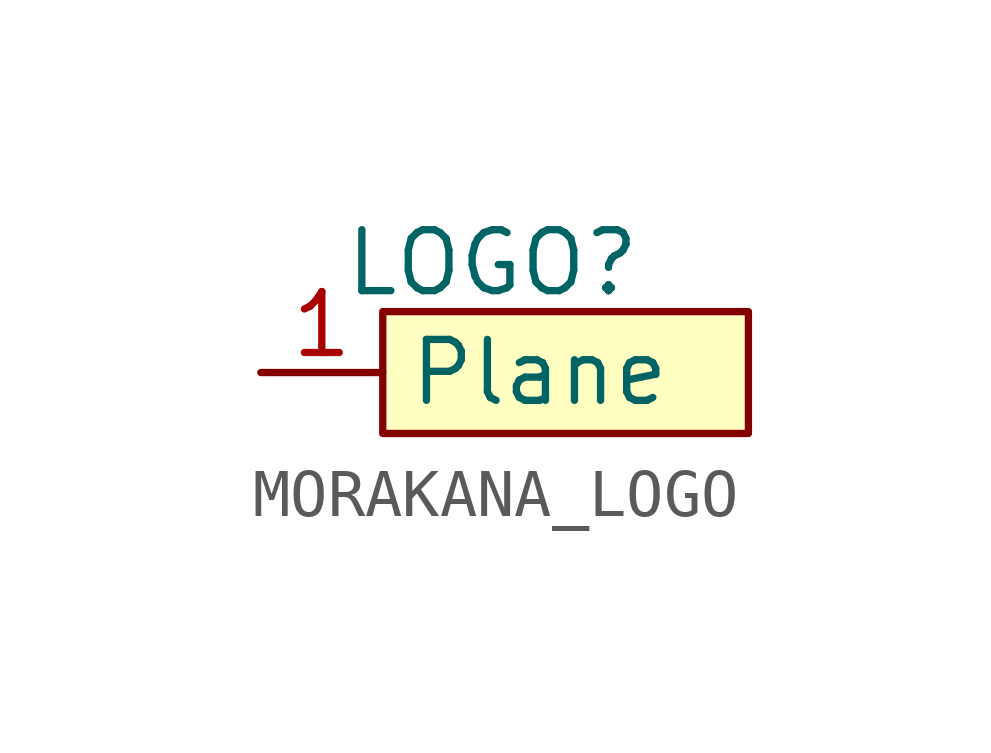
<source format=kicad_sym>
(kicad_symbol_lib
  (version 20241209)
  (generator "kicad_symbol_editor")
  (generator_version "9.0")
  (symbol "MORAKANA_LOGO"
    (property "Reference" "LOGO"
      (at -1.524 2.286 0)
      (effects (font (size 1.27 1.27))))
    (property "Value" ""
      (at 0 0 0)
      (effects (font (size 1.27 1.27))))
    (symbol "MORAKANA_LOGO_1_1"
      (rectangle (start -3.81 1.27) (end 3.81 -1.27) (stroke (width 0) (type solid)) (fill (type background)))
      (pin bidirectional line (at -6.35 0 0) (length 2.54) (name "Plane" (effects (font (size 1.27 1.27)))) (number "1" (effects (font (size 1.27 1.27))))))))
</source>
